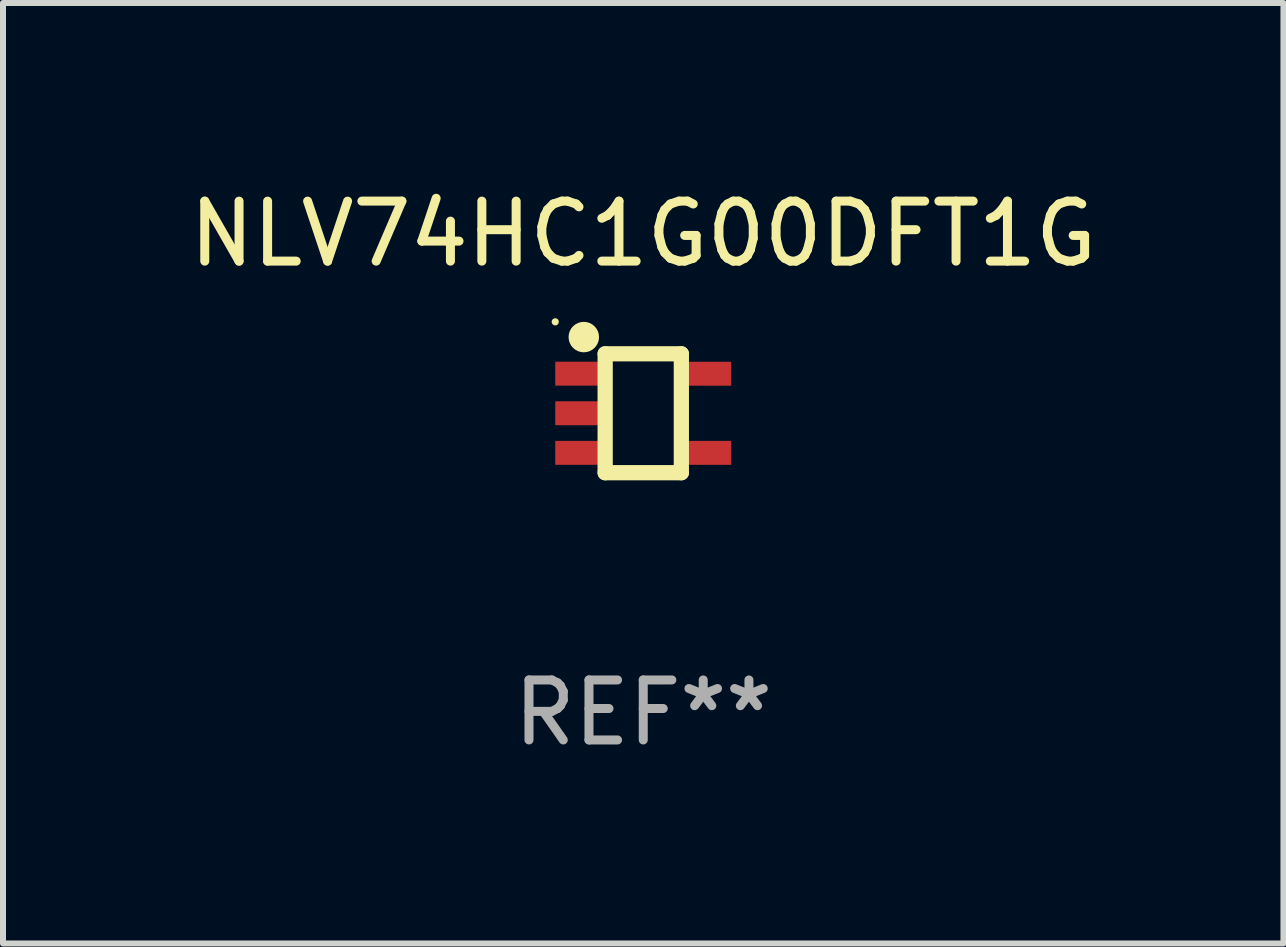
<source format=kicad_pcb>
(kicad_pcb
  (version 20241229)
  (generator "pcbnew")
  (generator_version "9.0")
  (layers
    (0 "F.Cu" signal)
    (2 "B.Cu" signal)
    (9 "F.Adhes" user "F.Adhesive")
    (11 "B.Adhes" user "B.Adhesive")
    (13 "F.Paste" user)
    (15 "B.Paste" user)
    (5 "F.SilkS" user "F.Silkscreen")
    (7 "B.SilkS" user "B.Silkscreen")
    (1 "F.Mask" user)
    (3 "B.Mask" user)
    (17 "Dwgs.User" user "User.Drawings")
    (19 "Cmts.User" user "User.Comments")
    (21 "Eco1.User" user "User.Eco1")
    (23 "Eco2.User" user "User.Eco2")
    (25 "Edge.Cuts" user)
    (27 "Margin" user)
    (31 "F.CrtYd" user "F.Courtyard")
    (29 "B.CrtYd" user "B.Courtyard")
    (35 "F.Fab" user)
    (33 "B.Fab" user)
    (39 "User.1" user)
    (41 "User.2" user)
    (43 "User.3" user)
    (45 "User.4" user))
  (footprint "NLV74HC1G00DFT1G"
    (layer "F.Cu")
    (at 7.673 3.839)
    (property "Reference" "NLV74HC1G00DFT1G" (at 0 -2.991 0) (layer "F.SilkS") (effects (font (size 1 1) (thickness 0.15))))
    (attr through_hole)
    (fp_line (start -0.635 -0.991) (end 0.635 -0.991) (stroke (width 0.254) (type solid)) (layer "F.SilkS"))
    (fp_line (start -0.635 0.991) (end -0.635 -0.991) (stroke (width 0.254) (type solid)) (layer "F.SilkS"))
    (fp_line (start 0.635 -0.991) (end 0.635 0.991) (stroke (width 0.254) (type solid)) (layer "F.SilkS"))
    (fp_line (start 0.635 0.991) (end -0.635 0.991) (stroke (width 0.254) (type solid)) (layer "F.SilkS"))
    (fp_circle (center -1.467 -1.524) (end -1.437 -1.524) (stroke (width 0.06) (type solid)) (fill no) (layer "F.SilkS"))
    (fp_circle (center -0.991 -1.27) (end -0.864 -1.27) (stroke (width 0.254) (type solid)) (fill no) (layer "F.SilkS"))
    (fp_text user "REF**" (at 0 4.991 0) (layer "F.Fab") (effects (font (size 1 1) (thickness 0.15))))
    (pad "1" smd rect (at -1.067 -0.66) (size 0.8 0.399) (layers "F.Cu" "F.Mask" "F.Paste"))
    (pad "2" smd rect (at -1.067 0) (size 0.8 0.399) (layers "F.Cu" "F.Mask" "F.Paste"))
    (pad "3" smd rect (at -1.067 0.66) (size 0.8 0.399) (layers "F.Cu" "F.Mask" "F.Paste"))
    (pad "4" smd rect (at 1.067 0.66) (size 0.8 0.399) (layers "F.Cu" "F.Mask" "F.Paste"))
    (pad "5" smd rect (at 1.066 -0.659) (size 0.8 0.399) (layers "F.Cu" "F.Mask" "F.Paste")))
  (gr_rect
    (start -3 -3)
    (end 18.345 12.678)
    (stroke (width 0.1) (type default))
    (fill no)
    (layer "Edge.Cuts")))
</source>
